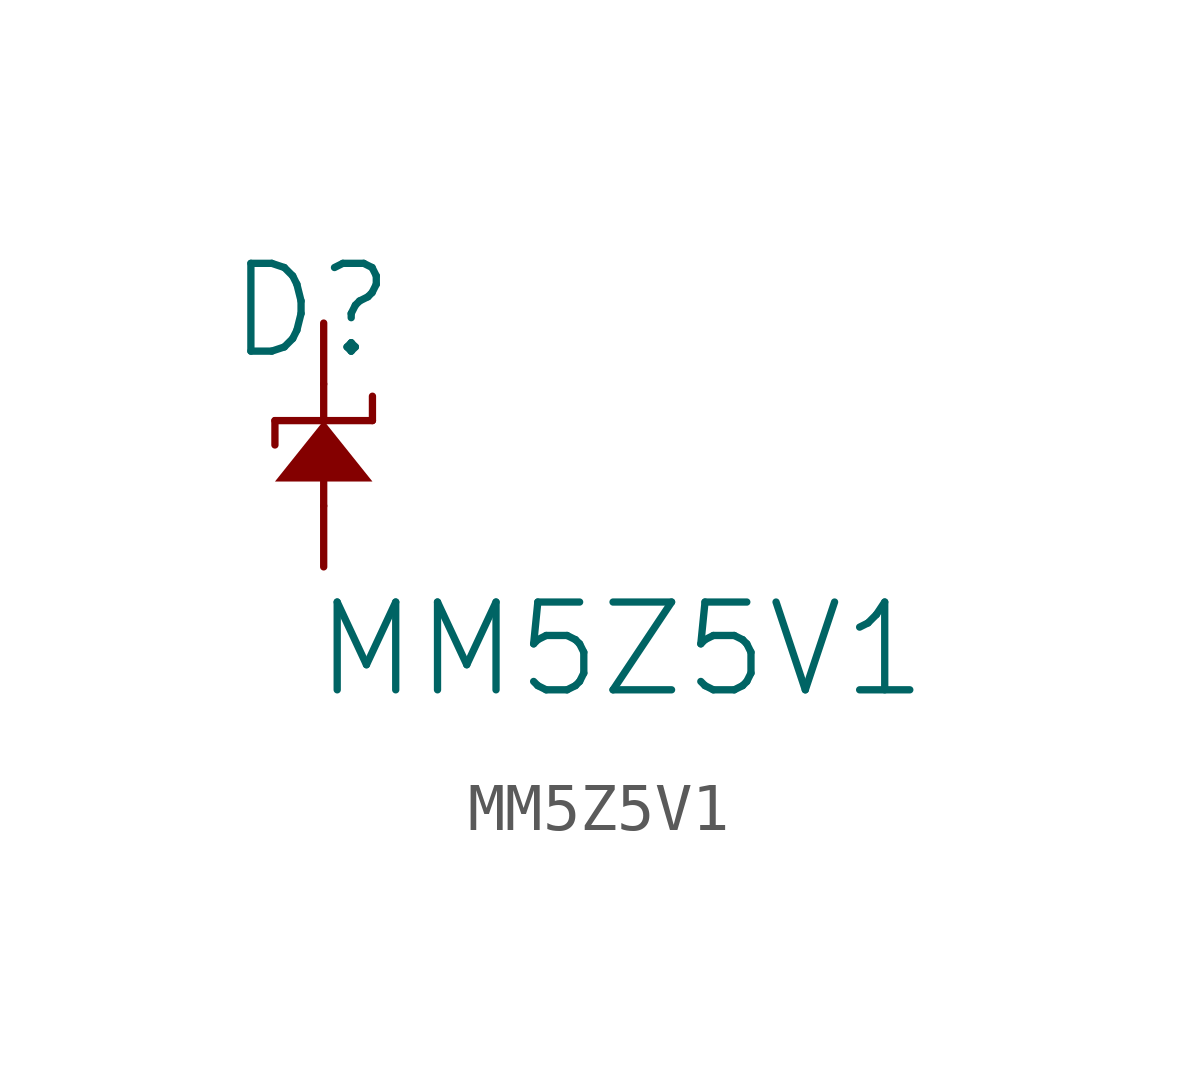
<source format=kicad_sym>
(kicad_symbol_lib
  (version 20241209)
  (generator "kicad_symbol_editor")
  (generator_version "9.0")
  (symbol "MM5Z5V1"
    (pin_numbers
      (hide yes))
    (pin_names
      (hide yes))
    (property "Reference" "D"
      (at -0.254 0.254 0)
      (effects (font (size 1.829 1.829))))
    (property "Value" "MM5Z5V1"
      (at -0.254 -7.874 0)
      (effects (font (size 1.829 1.829)) (justify left bottom)))
    (symbol "MM5Z5V1_1_0"
      (polyline (pts (xy -1.016 -2.032) (xy 1.016 -2.032)) (stroke (width 0) (type solid)) (fill (type none)))
      (polyline (pts (xy -1.016 -2.54) (xy -1.016 -2.032)) (stroke (width 0) (type solid)) (fill (type none)))
      (polyline (pts (xy -1.016 -3.302) (xy 1.016 -3.302) (xy 0 -2.032) (xy -1.016 -3.302) (xy -1.016 -3.302)) (stroke (width -0.0001) (type solid)) (fill (type outline)))
      (polyline (pts (xy 0 -2.032) (xy 0 -1.27)) (stroke (width 0) (type solid)) (fill (type none)))
      (polyline (pts (xy 0 -3.81) (xy 0 -3.302)) (stroke (width 0) (type solid)) (fill (type none)))
      (polyline (pts (xy 1.016 -2.032) (xy 1.016 -1.524)) (stroke (width 0) (type solid)) (fill (type none)))
      (pin passive line (at 0 0 270) (length 1.27) (name "K" (effects (font (size 1.27 1.27)))) (number "K" (effects (font (size 1.27 1.27)))))
      (pin passive line (at 0 -5.08 90) (length 1.27) (name "A" (effects (font (size 1.27 1.27)))) (number "A" (effects (font (size 1.27 1.27))))))))
</source>
